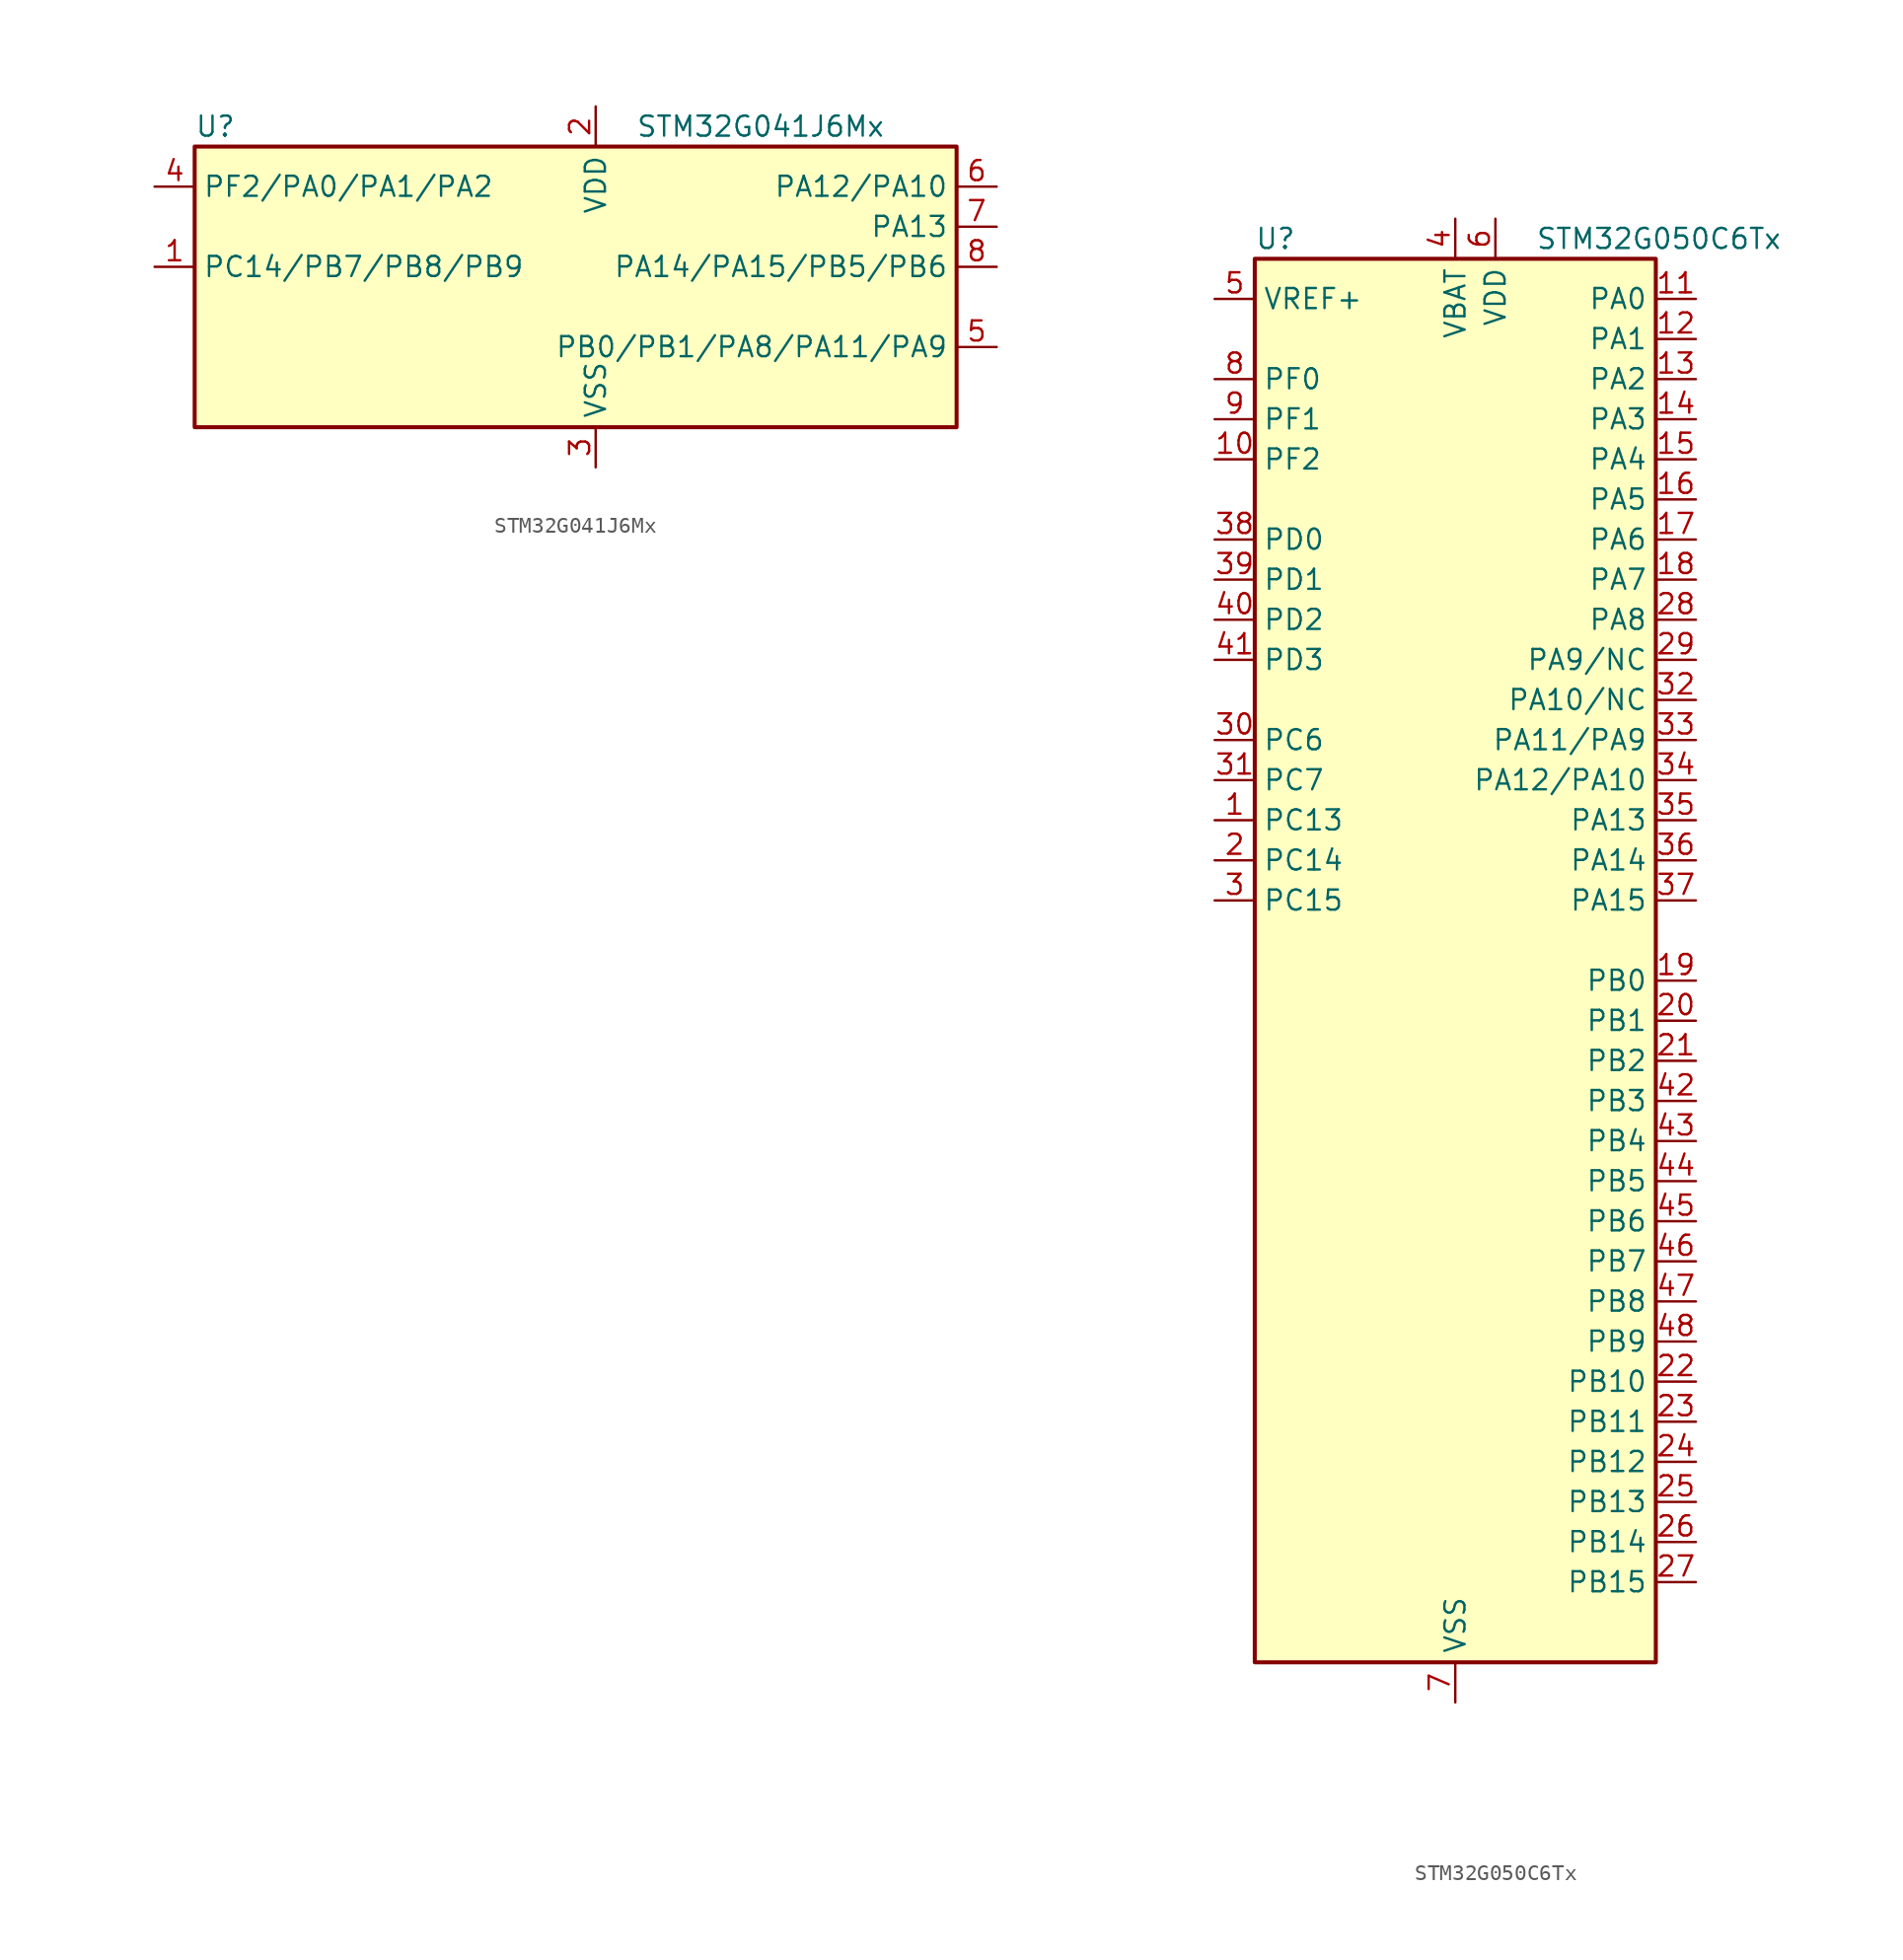
<source format=kicad_sym>
(kicad_symbol_lib
  (version 20220914)
  (generator kicad_symbol_editor)
  (symbol "STM32G041J6Mx"
    (property "Reference" "U"
      (at -22.86 11.43 0)
      (effects (font (size 1.27 1.27)) (justify left)))
    (property "Value" "STM32G041J6Mx"
      (at 5.08 11.43 0)
      (effects (font (size 1.27 1.27)) (justify left)))
    (property "ki_locked" ""
      (at 0 0 0)
      (effects (font (size 1.27 1.27))))
    (symbol "STM32G041J6Mx_0_1"
      (rectangle (start -22.86 -7.62) (end 25.4 10.16) (stroke (width 0.254) (type default)) (fill (type background))))
    (symbol "STM32G041J6Mx_1_1"
      (pin bidirectional line (at -25.4 2.54 0) (length 2.54) (name "PC14/PB7/PB8/PB9" (effects (font (size 1.27 1.27)))) (number "1" (effects (font (size 1.27 1.27)))) (alternate "RCC_OSC32_IN" bidirectional line) (alternate "RCC_OSC_IN" bidirectional line) (alternate "TIM1_BK2" bidirectional line))
      (pin power_in line (at 2.54 12.7 270) (length 2.54) (name "VDD" (effects (font (size 1.27 1.27)))) (number "2" (effects (font (size 1.27 1.27)))))
      (pin power_in line (at 2.54 -10.16 90) (length 2.54) (name "VSS" (effects (font (size 1.27 1.27)))) (number "3" (effects (font (size 1.27 1.27)))))
      (pin bidirectional line (at -25.4 7.62 0) (length 2.54) (name "PF2/PA0/PA1/PA2" (effects (font (size 1.27 1.27)))) (number "4" (effects (font (size 1.27 1.27)))) (alternate "RCC_MCO" bidirectional line))
      (pin bidirectional line (at 27.94 -2.54 180) (length 2.54) (name "PB0/PB1/PA8/PA11/PA9" (effects (font (size 1.27 1.27)))) (number "5" (effects (font (size 1.27 1.27)))) (alternate "ADC1_IN8" bidirectional line) (alternate "I2S1_WS" bidirectional line) (alternate "LPTIM1_OUT" bidirectional line) (alternate "SPI1_NSS" bidirectional line) (alternate "TIM1_CH2N" bidirectional line) (alternate "TIM3_CH3" bidirectional line))
      (pin bidirectional line (at 27.94 7.62 180) (length 2.54) (name "PA12/PA10" (effects (font (size 1.27 1.27)))) (number "6" (effects (font (size 1.27 1.27)))) (alternate "ADC1_IN16" bidirectional line) (alternate "I2C2_SDA" bidirectional line) (alternate "I2S1_SD" bidirectional line) (alternate "I2S_CKIN" bidirectional line) (alternate "SPI1_MOSI" bidirectional line) (alternate "TIM1_ETR" bidirectional line) (alternate "USART1_CK" bidirectional line) (alternate "USART1_DE" bidirectional line) (alternate "USART1_RTS" bidirectional line))
      (pin bidirectional line (at 27.94 5.08 180) (length 2.54) (name "PA13" (effects (font (size 1.27 1.27)))) (number "7" (effects (font (size 1.27 1.27)))) (alternate "ADC1_IN17" bidirectional line) (alternate "IR_OUT" bidirectional line) (alternate "SYS_SWDIO" bidirectional line))
      (pin bidirectional line (at 27.94 2.54 180) (length 2.54) (name "PA14/PA15/PB5/PB6" (effects (font (size 1.27 1.27)))) (number "8" (effects (font (size 1.27 1.27)))) (alternate "ADC1_IN18" bidirectional line) (alternate "SYS_SWCLK" bidirectional line) (alternate "USART2_TX" bidirectional line))))
  (symbol "STM32G050C6Tx"
    (property "Reference" "U"
      (at -12.7 46.99 0)
      (effects (font (size 1.27 1.27)) (justify left)))
    (property "Value" "STM32G050C6Tx"
      (at 5.08 46.99 0)
      (effects (font (size 1.27 1.27)) (justify left)))
    (property "ki_locked" ""
      (at 0 0 0)
      (effects (font (size 1.27 1.27))))
    (symbol "STM32G050C6Tx_0_1"
      (rectangle (start -12.7 -43.18) (end 12.7 45.72) (stroke (width 0.254) (type default)) (fill (type background))))
    (symbol "STM32G050C6Tx_1_1"
      (pin bidirectional line (at -15.24 10.16 0) (length 2.54) (name "PC13" (effects (font (size 1.27 1.27)))) (number "1" (effects (font (size 1.27 1.27)))) (alternate "RTC_OUT1" bidirectional line) (alternate "RTC_TAMP_IN1" bidirectional line) (alternate "RTC_TS" bidirectional line) (alternate "SYS_WKUP2" bidirectional line) (alternate "TIM1_BK" bidirectional line))
      (pin bidirectional line (at -15.24 33.02 0) (length 2.54) (name "PF2" (effects (font (size 1.27 1.27)))) (number "10" (effects (font (size 1.27 1.27)))) (alternate "RCC_MCO" bidirectional line))
      (pin bidirectional line (at 15.24 43.18 180) (length 2.54) (name "PA0" (effects (font (size 1.27 1.27)))) (number "11" (effects (font (size 1.27 1.27)))) (alternate "ADC1_IN0" bidirectional line) (alternate "RTC_TAMP_IN2" bidirectional line) (alternate "SPI2_SCK" bidirectional line) (alternate "SYS_WKUP1" bidirectional line) (alternate "USART2_CTS" bidirectional line) (alternate "USART2_NSS" bidirectional line))
      (pin bidirectional line (at 15.24 40.64 180) (length 2.54) (name "PA1" (effects (font (size 1.27 1.27)))) (number "12" (effects (font (size 1.27 1.27)))) (alternate "ADC1_IN1" bidirectional line) (alternate "I2C1_SMBA" bidirectional line) (alternate "I2S1_CK" bidirectional line) (alternate "SPI1_SCK" bidirectional line) (alternate "TIM15_CH1N" bidirectional line) (alternate "USART2_CK" bidirectional line) (alternate "USART2_DE" bidirectional line) (alternate "USART2_RTS" bidirectional line))
      (pin bidirectional line (at 15.24 38.1 180) (length 2.54) (name "PA2" (effects (font (size 1.27 1.27)))) (number "13" (effects (font (size 1.27 1.27)))) (alternate "ADC1_IN2" bidirectional line) (alternate "I2S1_SD" bidirectional line) (alternate "RCC_LSCO" bidirectional line) (alternate "SPI1_MOSI" bidirectional line) (alternate "SYS_WKUP4" bidirectional line) (alternate "TIM15_CH1" bidirectional line) (alternate "USART2_TX" bidirectional line))
      (pin bidirectional line (at 15.24 35.56 180) (length 2.54) (name "PA3" (effects (font (size 1.27 1.27)))) (number "14" (effects (font (size 1.27 1.27)))) (alternate "ADC1_IN3" bidirectional line) (alternate "SPI2_MISO" bidirectional line) (alternate "TIM15_CH2" bidirectional line) (alternate "USART2_RX" bidirectional line))
      (pin bidirectional line (at 15.24 33.02 180) (length 2.54) (name "PA4" (effects (font (size 1.27 1.27)))) (number "15" (effects (font (size 1.27 1.27)))) (alternate "ADC1_IN4" bidirectional line) (alternate "I2S1_WS" bidirectional line) (alternate "RTC_OUT2" bidirectional line) (alternate "SPI1_NSS" bidirectional line) (alternate "SPI2_MOSI" bidirectional line) (alternate "TIM14_CH1" bidirectional line))
      (pin bidirectional line (at 15.24 30.48 180) (length 2.54) (name "PA5" (effects (font (size 1.27 1.27)))) (number "16" (effects (font (size 1.27 1.27)))) (alternate "ADC1_IN5" bidirectional line) (alternate "I2S1_CK" bidirectional line) (alternate "SPI1_SCK" bidirectional line))
      (pin bidirectional line (at 15.24 27.94 180) (length 2.54) (name "PA6" (effects (font (size 1.27 1.27)))) (number "17" (effects (font (size 1.27 1.27)))) (alternate "ADC1_IN6" bidirectional line) (alternate "I2S1_MCK" bidirectional line) (alternate "SPI1_MISO" bidirectional line) (alternate "TIM16_CH1" bidirectional line) (alternate "TIM1_BK" bidirectional line) (alternate "TIM3_CH1" bidirectional line))
      (pin bidirectional line (at 15.24 25.4 180) (length 2.54) (name "PA7" (effects (font (size 1.27 1.27)))) (number "18" (effects (font (size 1.27 1.27)))) (alternate "ADC1_IN7" bidirectional line) (alternate "I2S1_SD" bidirectional line) (alternate "SPI1_MOSI" bidirectional line) (alternate "TIM14_CH1" bidirectional line) (alternate "TIM17_CH1" bidirectional line) (alternate "TIM1_CH1N" bidirectional line) (alternate "TIM3_CH2" bidirectional line))
      (pin bidirectional line (at 15.24 0 180) (length 2.54) (name "PB0" (effects (font (size 1.27 1.27)))) (number "19" (effects (font (size 1.27 1.27)))) (alternate "ADC1_IN8" bidirectional line) (alternate "I2S1_WS" bidirectional line) (alternate "SPI1_NSS" bidirectional line) (alternate "TIM1_CH2N" bidirectional line) (alternate "TIM3_CH3" bidirectional line))
      (pin bidirectional line (at -15.24 7.62 0) (length 2.54) (name "PC14" (effects (font (size 1.27 1.27)))) (number "2" (effects (font (size 1.27 1.27)))) (alternate "RCC_OSC32_IN" bidirectional line) (alternate "TIM1_BK2" bidirectional line))
      (pin bidirectional line (at 15.24 -2.54 180) (length 2.54) (name "PB1" (effects (font (size 1.27 1.27)))) (number "20" (effects (font (size 1.27 1.27)))) (alternate "ADC1_IN9" bidirectional line) (alternate "TIM14_CH1" bidirectional line) (alternate "TIM1_CH3N" bidirectional line) (alternate "TIM3_CH4" bidirectional line))
      (pin bidirectional line (at 15.24 -5.08 180) (length 2.54) (name "PB2" (effects (font (size 1.27 1.27)))) (number "21" (effects (font (size 1.27 1.27)))) (alternate "ADC1_IN10" bidirectional line) (alternate "SPI2_MISO" bidirectional line))
      (pin bidirectional line (at 15.24 -25.4 180) (length 2.54) (name "PB10" (effects (font (size 1.27 1.27)))) (number "22" (effects (font (size 1.27 1.27)))) (alternate "ADC1_IN11" bidirectional line) (alternate "I2C2_SCL" bidirectional line) (alternate "SPI2_SCK" bidirectional line))
      (pin bidirectional line (at 15.24 -27.94 180) (length 2.54) (name "PB11" (effects (font (size 1.27 1.27)))) (number "23" (effects (font (size 1.27 1.27)))) (alternate "ADC1_EXTI11" bidirectional line) (alternate "ADC1_IN15" bidirectional line) (alternate "I2C2_SDA" bidirectional line) (alternate "SPI2_MOSI" bidirectional line))
      (pin bidirectional line (at 15.24 -30.48 180) (length 2.54) (name "PB12" (effects (font (size 1.27 1.27)))) (number "24" (effects (font (size 1.27 1.27)))) (alternate "ADC1_IN16" bidirectional line) (alternate "SPI2_NSS" bidirectional line) (alternate "TIM15_BK" bidirectional line) (alternate "TIM1_BK" bidirectional line))
      (pin bidirectional line (at 15.24 -33.02 180) (length 2.54) (name "PB13" (effects (font (size 1.27 1.27)))) (number "25" (effects (font (size 1.27 1.27)))) (alternate "I2C2_SCL" bidirectional line) (alternate "SPI2_SCK" bidirectional line) (alternate "TIM15_CH1N" bidirectional line) (alternate "TIM1_CH1N" bidirectional line))
      (pin bidirectional line (at 15.24 -35.56 180) (length 2.54) (name "PB14" (effects (font (size 1.27 1.27)))) (number "26" (effects (font (size 1.27 1.27)))) (alternate "I2C2_SDA" bidirectional line) (alternate "SPI2_MISO" bidirectional line) (alternate "TIM15_CH1" bidirectional line) (alternate "TIM1_CH2N" bidirectional line))
      (pin bidirectional line (at 15.24 -38.1 180) (length 2.54) (name "PB15" (effects (font (size 1.27 1.27)))) (number "27" (effects (font (size 1.27 1.27)))) (alternate "RTC_REFIN" bidirectional line) (alternate "SPI2_MOSI" bidirectional line) (alternate "TIM15_CH1N" bidirectional line) (alternate "TIM15_CH2" bidirectional line) (alternate "TIM1_CH3N" bidirectional line))
      (pin bidirectional line (at 15.24 22.86 180) (length 2.54) (name "PA8" (effects (font (size 1.27 1.27)))) (number "28" (effects (font (size 1.27 1.27)))) (alternate "RCC_MCO" bidirectional line) (alternate "SPI2_NSS" bidirectional line) (alternate "TIM1_CH1" bidirectional line))
      (pin bidirectional line (at 15.24 20.32 180) (length 2.54) (name "PA9/NC" (effects (font (size 1.27 1.27)))) (number "29" (effects (font (size 1.27 1.27)))) (alternate "I2C1_SCL" bidirectional line) (alternate "RCC_MCO" bidirectional line) (alternate "SPI2_MISO" bidirectional line) (alternate "TIM15_BK" bidirectional line) (alternate "TIM1_CH2" bidirectional line) (alternate "USART1_TX" bidirectional line))
      (pin bidirectional line (at -15.24 5.08 0) (length 2.54) (name "PC15" (effects (font (size 1.27 1.27)))) (number "3" (effects (font (size 1.27 1.27)))) (alternate "RCC_OSC32_EN" bidirectional line) (alternate "RCC_OSC32_OUT" bidirectional line) (alternate "RCC_OSC_EN" bidirectional line) (alternate "TIM15_BK" bidirectional line))
      (pin bidirectional line (at -15.24 15.24 0) (length 2.54) (name "PC6" (effects (font (size 1.27 1.27)))) (number "30" (effects (font (size 1.27 1.27)))) (alternate "TIM3_CH1" bidirectional line))
      (pin bidirectional line (at -15.24 12.7 0) (length 2.54) (name "PC7" (effects (font (size 1.27 1.27)))) (number "31" (effects (font (size 1.27 1.27)))) (alternate "TIM3_CH2" bidirectional line))
      (pin bidirectional line (at 15.24 17.78 180) (length 2.54) (name "PA10/NC" (effects (font (size 1.27 1.27)))) (number "32" (effects (font (size 1.27 1.27)))) (alternate "I2C1_SDA" bidirectional line) (alternate "SPI2_MOSI" bidirectional line) (alternate "TIM17_BK" bidirectional line) (alternate "TIM1_CH3" bidirectional line) (alternate "USART1_RX" bidirectional line))
      (pin bidirectional line (at 15.24 15.24 180) (length 2.54) (name "PA11/PA9" (effects (font (size 1.27 1.27)))) (number "33" (effects (font (size 1.27 1.27)))) (alternate "ADC1_EXTI11" bidirectional line) (alternate "I2C2_SCL" bidirectional line) (alternate "I2S1_MCK" bidirectional line) (alternate "SPI1_MISO" bidirectional line) (alternate "TIM1_BK2" bidirectional line) (alternate "TIM1_CH4" bidirectional line) (alternate "USART1_CTS" bidirectional line) (alternate "USART1_NSS" bidirectional line))
      (pin bidirectional line (at 15.24 12.7 180) (length 2.54) (name "PA12/PA10" (effects (font (size 1.27 1.27)))) (number "34" (effects (font (size 1.27 1.27)))) (alternate "I2C2_SDA" bidirectional line) (alternate "I2S1_SD" bidirectional line) (alternate "I2S_CKIN" bidirectional line) (alternate "SPI1_MOSI" bidirectional line) (alternate "TIM1_ETR" bidirectional line) (alternate "USART1_CK" bidirectional line) (alternate "USART1_DE" bidirectional line) (alternate "USART1_RTS" bidirectional line))
      (pin bidirectional line (at 15.24 10.16 180) (length 2.54) (name "PA13" (effects (font (size 1.27 1.27)))) (number "35" (effects (font (size 1.27 1.27)))) (alternate "ADC1_IN17" bidirectional line) (alternate "IR_OUT" bidirectional line) (alternate "SYS_SWDIO" bidirectional line))
      (pin bidirectional line (at 15.24 7.62 180) (length 2.54) (name "PA14" (effects (font (size 1.27 1.27)))) (number "36" (effects (font (size 1.27 1.27)))) (alternate "ADC1_IN18" bidirectional line) (alternate "SYS_SWCLK" bidirectional line) (alternate "USART2_TX" bidirectional line))
      (pin bidirectional line (at 15.24 5.08 180) (length 2.54) (name "PA15" (effects (font (size 1.27 1.27)))) (number "37" (effects (font (size 1.27 1.27)))) (alternate "I2S1_WS" bidirectional line) (alternate "SPI1_NSS" bidirectional line) (alternate "USART2_RX" bidirectional line))
      (pin bidirectional line (at -15.24 27.94 0) (length 2.54) (name "PD0" (effects (font (size 1.27 1.27)))) (number "38" (effects (font (size 1.27 1.27)))) (alternate "SPI2_NSS" bidirectional line) (alternate "TIM16_CH1" bidirectional line))
      (pin bidirectional line (at -15.24 25.4 0) (length 2.54) (name "PD1" (effects (font (size 1.27 1.27)))) (number "39" (effects (font (size 1.27 1.27)))) (alternate "SPI2_SCK" bidirectional line) (alternate "TIM17_CH1" bidirectional line))
      (pin power_in line (at 0 48.26 270) (length 2.54) (name "VBAT" (effects (font (size 1.27 1.27)))) (number "4" (effects (font (size 1.27 1.27)))))
      (pin bidirectional line (at -15.24 22.86 0) (length 2.54) (name "PD2" (effects (font (size 1.27 1.27)))) (number "40" (effects (font (size 1.27 1.27)))) (alternate "TIM1_CH1N" bidirectional line) (alternate "TIM3_ETR" bidirectional line))
      (pin bidirectional line (at -15.24 20.32 0) (length 2.54) (name "PD3" (effects (font (size 1.27 1.27)))) (number "41" (effects (font (size 1.27 1.27)))) (alternate "SPI2_MISO" bidirectional line) (alternate "TIM1_CH2N" bidirectional line) (alternate "USART2_CTS" bidirectional line) (alternate "USART2_NSS" bidirectional line))
      (pin bidirectional line (at 15.24 -7.62 180) (length 2.54) (name "PB3" (effects (font (size 1.27 1.27)))) (number "42" (effects (font (size 1.27 1.27)))) (alternate "I2S1_CK" bidirectional line) (alternate "SPI1_SCK" bidirectional line) (alternate "TIM1_CH2" bidirectional line) (alternate "USART1_CK" bidirectional line) (alternate "USART1_DE" bidirectional line) (alternate "USART1_RTS" bidirectional line))
      (pin bidirectional line (at 15.24 -10.16 180) (length 2.54) (name "PB4" (effects (font (size 1.27 1.27)))) (number "43" (effects (font (size 1.27 1.27)))) (alternate "I2S1_MCK" bidirectional line) (alternate "SPI1_MISO" bidirectional line) (alternate "TIM17_BK" bidirectional line) (alternate "TIM3_CH1" bidirectional line) (alternate "USART1_CTS" bidirectional line) (alternate "USART1_NSS" bidirectional line))
      (pin bidirectional line (at 15.24 -12.7 180) (length 2.54) (name "PB5" (effects (font (size 1.27 1.27)))) (number "44" (effects (font (size 1.27 1.27)))) (alternate "I2C1_SMBA" bidirectional line) (alternate "I2S1_SD" bidirectional line) (alternate "SPI1_MOSI" bidirectional line) (alternate "SYS_WKUP6" bidirectional line) (alternate "TIM16_BK" bidirectional line) (alternate "TIM3_CH2" bidirectional line))
      (pin bidirectional line (at 15.24 -15.24 180) (length 2.54) (name "PB6" (effects (font (size 1.27 1.27)))) (number "45" (effects (font (size 1.27 1.27)))) (alternate "I2C1_SCL" bidirectional line) (alternate "SPI2_MISO" bidirectional line) (alternate "TIM16_CH1N" bidirectional line) (alternate "TIM1_CH3" bidirectional line) (alternate "USART1_TX" bidirectional line))
      (pin bidirectional line (at 15.24 -17.78 180) (length 2.54) (name "PB7" (effects (font (size 1.27 1.27)))) (number "46" (effects (font (size 1.27 1.27)))) (alternate "I2C1_SDA" bidirectional line) (alternate "SPI2_MOSI" bidirectional line) (alternate "SYS_PVD_IN" bidirectional line) (alternate "TIM17_CH1N" bidirectional line) (alternate "USART1_RX" bidirectional line))
      (pin bidirectional line (at 15.24 -20.32 180) (length 2.54) (name "PB8" (effects (font (size 1.27 1.27)))) (number "47" (effects (font (size 1.27 1.27)))) (alternate "I2C1_SCL" bidirectional line) (alternate "SPI2_SCK" bidirectional line) (alternate "TIM15_BK" bidirectional line) (alternate "TIM16_CH1" bidirectional line))
      (pin bidirectional line (at 15.24 -22.86 180) (length 2.54) (name "PB9" (effects (font (size 1.27 1.27)))) (number "48" (effects (font (size 1.27 1.27)))) (alternate "I2C1_SDA" bidirectional line) (alternate "IR_OUT" bidirectional line) (alternate "SPI2_NSS" bidirectional line) (alternate "TIM17_CH1" bidirectional line))
      (pin input line (at -15.24 43.18 0) (length 2.54) (name "VREF+" (effects (font (size 1.27 1.27)))) (number "5" (effects (font (size 1.27 1.27)))) (alternate "VREFBUF_OUT" bidirectional line))
      (pin power_in line (at 2.54 48.26 270) (length 2.54) (name "VDD" (effects (font (size 1.27 1.27)))) (number "6" (effects (font (size 1.27 1.27)))))
      (pin power_in line (at 0 -45.72 90) (length 2.54) (name "VSS" (effects (font (size 1.27 1.27)))) (number "7" (effects (font (size 1.27 1.27)))))
      (pin bidirectional line (at -15.24 38.1 0) (length 2.54) (name "PF0" (effects (font (size 1.27 1.27)))) (number "8" (effects (font (size 1.27 1.27)))) (alternate "RCC_OSC_IN" bidirectional line) (alternate "TIM14_CH1" bidirectional line))
      (pin bidirectional line (at -15.24 35.56 0) (length 2.54) (name "PF1" (effects (font (size 1.27 1.27)))) (number "9" (effects (font (size 1.27 1.27)))) (alternate "RCC_OSC_EN" bidirectional line) (alternate "RCC_OSC_OUT" bidirectional line) (alternate "TIM15_CH1N" bidirectional line)))))
</source>
